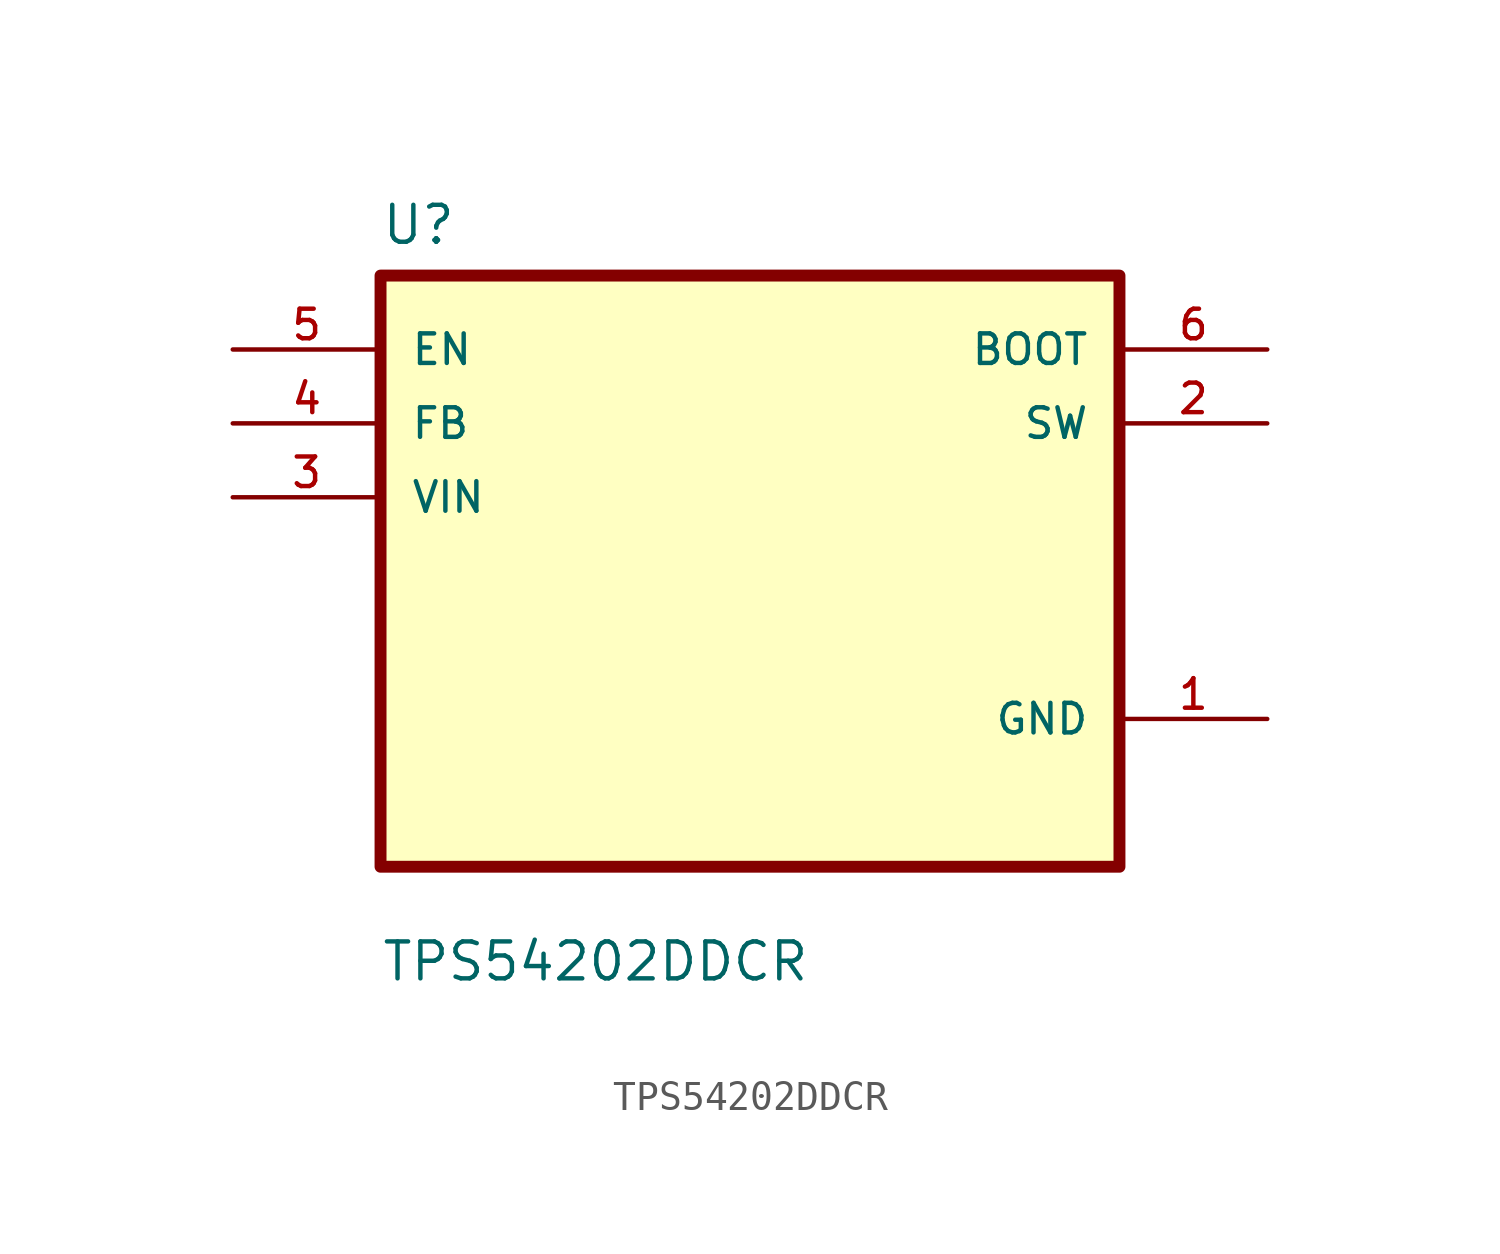
<source format=kicad_sym>
(kicad_symbol_lib
  (version 20241209)
  (generator "kicad_symbol_editor")
  (generator_version "9.0")
  (symbol "TPS54202DDCR"
    (pin_names
      (offset 1.016))
    (property "Reference" "U"
      (at -12.7 11.16 0)
      (effects (font (size 1.27 1.27)) (justify left bottom)))
    (property "Value" "TPS54202DDCR"
      (at -12.7 -14.16 0)
      (effects (font (size 1.27 1.27)) (justify left bottom)))
    (symbol "TPS54202DDCR_0_0"
      (rectangle (start -12.7 -10.16) (end 12.7 10.16) (stroke (width 0.41) (type default)) (fill (type background)))
      (pin input line (at -17.78 7.62 0) (length 5.08) (name "EN" (effects (font (size 1.016 1.016)))) (number "5" (effects (font (size 1.016 1.016)))))
      (pin input line (at -17.78 5.08 0) (length 5.08) (name "FB" (effects (font (size 1.016 1.016)))) (number "4" (effects (font (size 1.016 1.016)))))
      (pin input line (at -17.78 2.54 0) (length 5.08) (name "VIN" (effects (font (size 1.016 1.016)))) (number "3" (effects (font (size 1.016 1.016)))))
      (pin output line (at 17.78 7.62 180) (length 5.08) (name "BOOT" (effects (font (size 1.016 1.016)))) (number "6" (effects (font (size 1.016 1.016)))))
      (pin output line (at 17.78 5.08 180) (length 5.08) (name "SW" (effects (font (size 1.016 1.016)))) (number "2" (effects (font (size 1.016 1.016)))))
      (pin power_in line (at 17.78 -5.08 180) (length 5.08) (name "GND" (effects (font (size 1.016 1.016)))) (number "1" (effects (font (size 1.016 1.016))))))))
</source>
